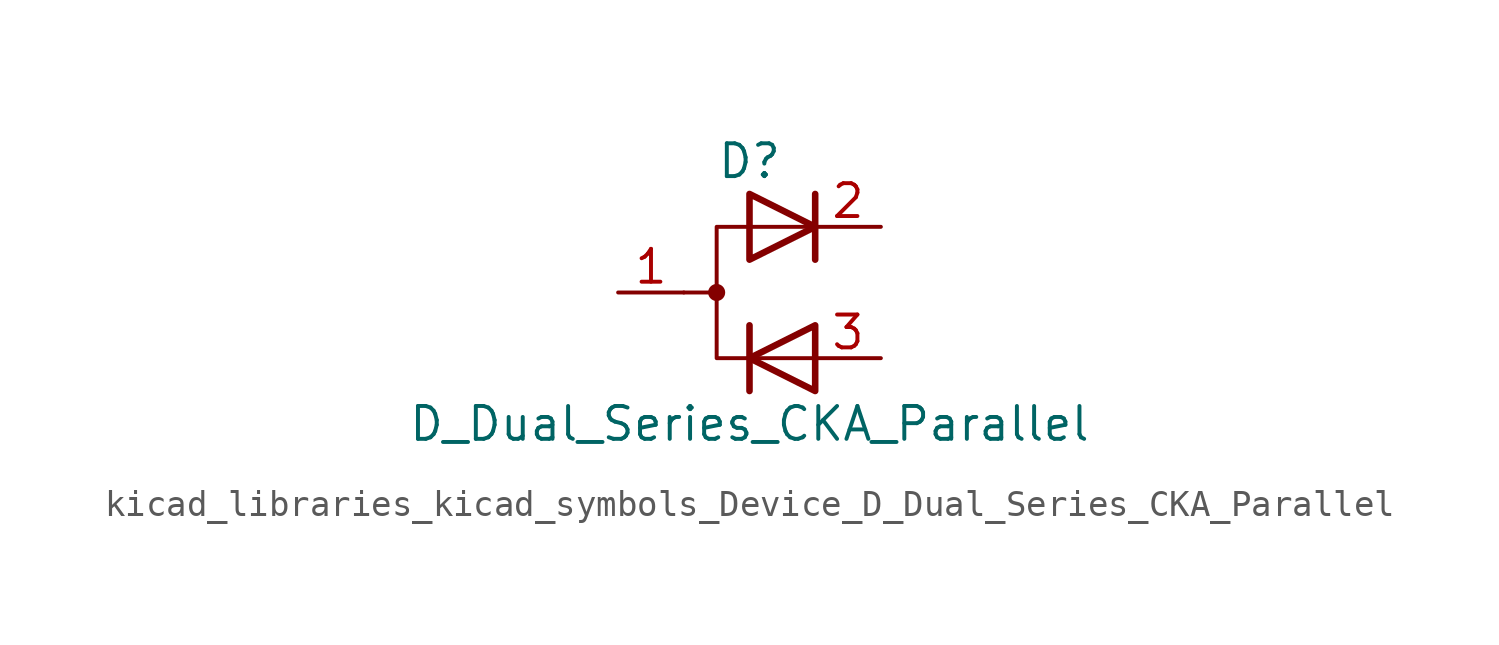
<source format=kicad_sym>
(kicad_symbol_lib
  (version 20220914)
  (generator kicad_symbol_editor)
  (symbol "kicad_libraries_kicad_symbols_Device_D_Dual_Series_CKA_Parallel"
    (pin_names
      (offset 0.762) hide)
    (property "Reference" "D"
      (at 0 5.08 0)
      (effects (font (size 1.27 1.27))))
    (property "Value" "D_Dual_Series_CKA_Parallel"
      (at 0 -5.08 0)
      (effects (font (size 1.27 1.27))))
    (symbol "kicad_libraries_kicad_symbols_Device_D_Dual_Series_CKA_Parallel_0_0"
      (polyline (pts (xy 0 -1.27) (xy 0 -3.81)) (stroke (width 0.254) (type default)) (fill (type none)))
      (polyline (pts (xy 2.54 3.81) (xy 2.54 1.27)) (stroke (width 0.254) (type default)) (fill (type none))))
    (symbol "kicad_libraries_kicad_symbols_Device_D_Dual_Series_CKA_Parallel_0_1"
      (circle (center -1.27 0) (radius 0.254) (stroke (width 0) (type default)) (fill (type outline)))
      (polyline (pts (xy -1.27 0) (xy -2.54 0)) (stroke (width 0) (type default)) (fill (type none)))
      (polyline (pts (xy 2.54 2.54) (xy -1.27 2.54) (xy -1.27 -2.54) (xy 2.54 -2.54)) (stroke (width 0) (type default)) (fill (type none)))
      (polyline (pts (xy 0 3.81) (xy 2.54 2.54) (xy 0 1.27) (xy 0 3.81) (xy 0 3.81) (xy 0 3.81)) (stroke (width 0.254) (type default)) (fill (type none)))
      (polyline (pts (xy 2.54 -1.27) (xy 0 -2.54) (xy 2.54 -3.81) (xy 2.54 -1.27) (xy 2.54 -1.27) (xy 2.54 -1.27)) (stroke (width 0.254) (type default)) (fill (type none)))
      (pin passive line (at -5.08 0 0) (length 2.54) (name "A" (effects (font (size 1.27 1.27)))) (number "1" (effects (font (size 1.27 1.27)))))
      (pin passive line (at 5.08 2.54 180) (length 2.54) (name "K" (effects (font (size 1.27 1.27)))) (number "2" (effects (font (size 1.27 1.27)))))
      (pin passive line (at 5.08 -2.54 180) (length 2.54) (name "K" (effects (font (size 1.27 1.27)))) (number "3" (effects (font (size 1.27 1.27))))))))
</source>
